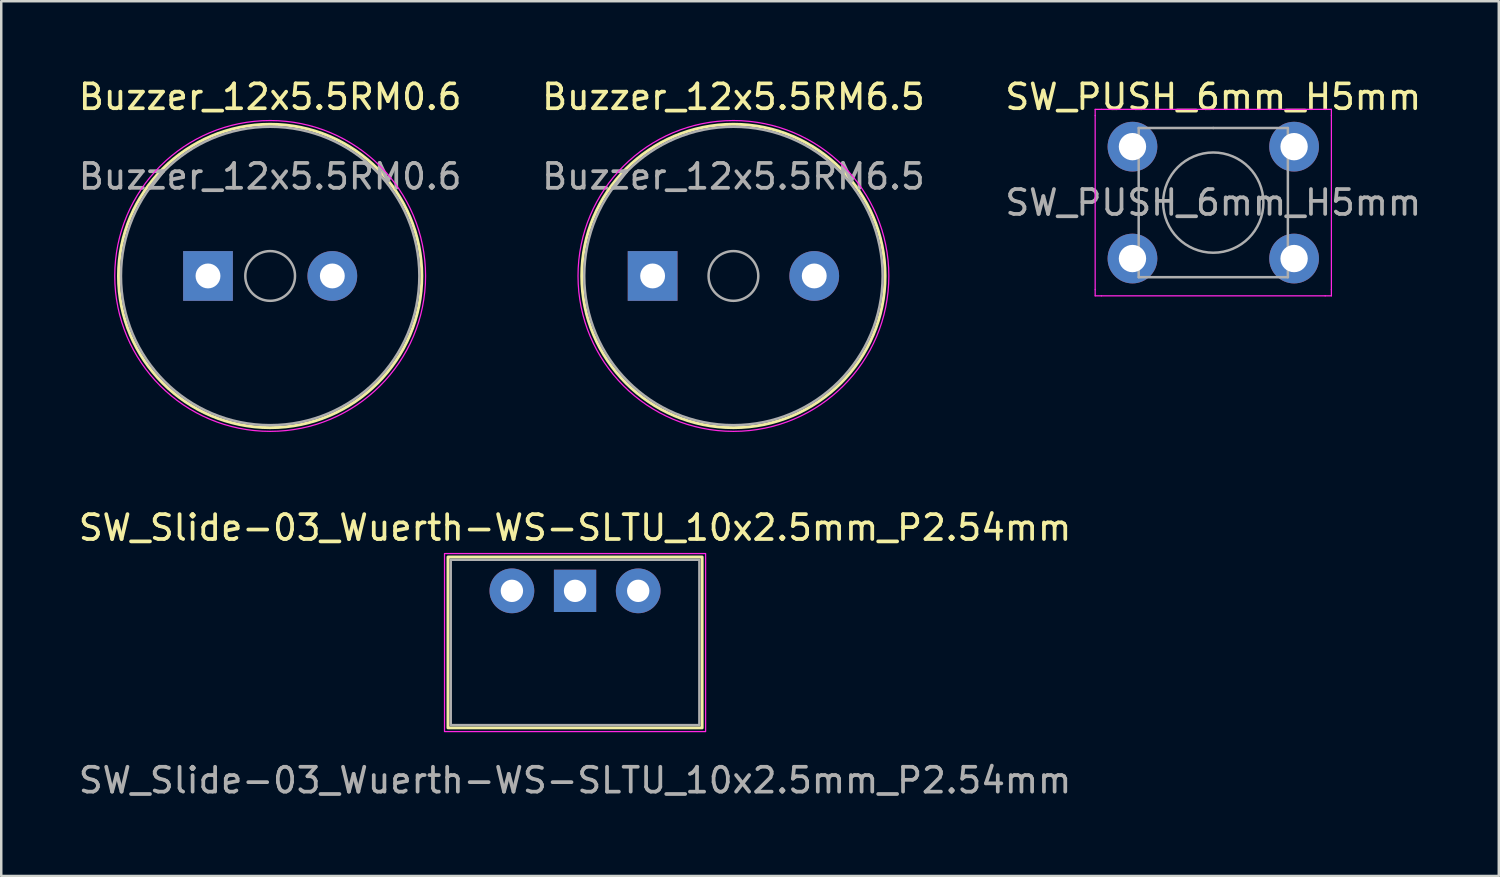
<source format=kicad_pcb>
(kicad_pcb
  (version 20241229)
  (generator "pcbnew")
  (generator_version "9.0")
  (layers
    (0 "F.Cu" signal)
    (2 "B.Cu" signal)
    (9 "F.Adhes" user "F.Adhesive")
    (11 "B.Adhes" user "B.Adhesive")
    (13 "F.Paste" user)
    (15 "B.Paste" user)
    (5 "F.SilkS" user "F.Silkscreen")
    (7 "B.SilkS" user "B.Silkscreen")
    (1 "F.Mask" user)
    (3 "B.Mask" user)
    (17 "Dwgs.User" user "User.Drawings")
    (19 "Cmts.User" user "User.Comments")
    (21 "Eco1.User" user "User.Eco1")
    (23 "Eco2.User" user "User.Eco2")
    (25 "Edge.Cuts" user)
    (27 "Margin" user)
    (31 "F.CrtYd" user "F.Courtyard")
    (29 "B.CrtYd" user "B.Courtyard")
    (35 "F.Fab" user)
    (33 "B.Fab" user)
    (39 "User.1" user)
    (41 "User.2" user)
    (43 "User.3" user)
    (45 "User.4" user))
  (footprint "SW_Slide-03_Wuerth-WS-SLTU_10x2.5mm_P2.54mm"
    (layer "F.Cu")
    (at 20.077 20.712)
    (property "Reference" "SW_Slide-03_Wuerth-WS-SLTU_10x2.5mm_P2.54mm" (at 0 -2.54 0) (layer "F.SilkS") (effects (font (size 1 1) (thickness 0.15))))
    (attr through_hole)
    (fp_rect (start -5.11 -1.36) (end 5.11 5.51) (stroke (width 0.12) (type solid)) (fill no) (layer "F.SilkS"))
    (fp_rect (start -5.25 -1.5) (end 5.25 5.66) (stroke (width 0.05) (type solid)) (fill no) (layer "F.CrtYd"))
    (fp_rect (start -5 -1.25) (end 5 5.4) (stroke (width 0.1) (type solid)) (fill no) (layer "F.Fab"))
    (fp_text user "${REFERENCE}" (at 0 7.62 0) (layer "F.Fab") (effects (font (size 1 1) (thickness 0.15))))
    (pad "1" thru_hole rect (at 0 0) (size 1.7 1.7) (drill 0.9) (layers "*.Cu" "*.Mask"))
    (pad "2" thru_hole circle (at -2.54 0) (size 1.8 1.8) (drill 0.9) (layers "*.Cu" "*.Mask"))
    (pad "3" thru_hole circle (at 2.54 0) (size 1.8 1.8) (drill 0.9) (layers "*.Cu" "*.Mask")))
  (footprint "Buzzer_12x5.5RM0.6"
    (layer "F.Cu")
    (at 5.315 8.048)
    (property "Reference" "Buzzer_12x5.5RM0.6" (at 2.5 -7.2 0) (layer "F.SilkS") (effects (font (size 1 1) (thickness 0.15))))
    (attr through_hole)
    (fp_circle (center 2.5 0) (end 8.6 0) (stroke (width 0.12) (type solid)) (fill no) (layer "F.SilkS"))
    (fp_circle (center 2.5 0) (end 8.75 0) (stroke (width 0.05) (type solid)) (fill no) (layer "F.CrtYd"))
    (fp_circle (center 2.5 0) (end 3.5 0) (stroke (width 0.1) (type solid)) (fill no) (layer "F.Fab"))
    (fp_circle (center 2.5 0) (end 8.5 0) (stroke (width 0.1) (type solid)) (fill no) (layer "F.Fab"))
    (fp_text user "${REFERENCE}" (at 2.5 -4 0) (layer "F.Fab") (effects (font (size 1 1) (thickness 0.15))))
    (pad "1" thru_hole rect (at 0 0) (size 2 2) (drill 1) (layers "*.Cu" "*.Mask"))
    (pad "2" thru_hole circle (at 5 0) (size 2 2) (drill 1) (layers "*.Cu" "*.Mask")))
  (footprint "SW_PUSH_6mm_H5mm"
    (layer "F.Cu")
    (at 42.494 2.848)
    (property "Reference" "SW_PUSH_6mm_H5mm" (at 3.25 -2 0) (layer "F.SilkS") (effects (font (size 1 1) (thickness 0.15))))
    (attr through_hole)
    (fp_line (start -1.5 -1.5) (end -1.25 -1.5) (stroke (width 0.05) (type solid)) (layer "F.CrtYd"))
    (fp_line (start -1.5 -1.25) (end -1.5 -1.5) (stroke (width 0.05) (type solid)) (layer "F.CrtYd"))
    (fp_line (start -1.5 5.75) (end -1.5 -1.25) (stroke (width 0.05) (type solid)) (layer "F.CrtYd"))
    (fp_line (start -1.5 5.75) (end -1.5 6) (stroke (width 0.05) (type solid)) (layer "F.CrtYd"))
    (fp_line (start -1.5 6) (end -1.25 6) (stroke (width 0.05) (type solid)) (layer "F.CrtYd"))
    (fp_line (start -1.25 -1.5) (end 7.75 -1.5) (stroke (width 0.05) (type solid)) (layer "F.CrtYd"))
    (fp_line (start 7.75 -1.5) (end 8 -1.5) (stroke (width 0.05) (type solid)) (layer "F.CrtYd"))
    (fp_line (start 7.75 6) (end -1.25 6) (stroke (width 0.05) (type solid)) (layer "F.CrtYd"))
    (fp_line (start 7.75 6) (end 8 6) (stroke (width 0.05) (type solid)) (layer "F.CrtYd"))
    (fp_line (start 8 -1.5) (end 8 -1.25) (stroke (width 0.05) (type solid)) (layer "F.CrtYd"))
    (fp_line (start 8 -1.25) (end 8 5.75) (stroke (width 0.05) (type solid)) (layer "F.CrtYd"))
    (fp_line (start 8 6) (end 8 5.75) (stroke (width 0.05) (type solid)) (layer "F.CrtYd"))
    (fp_line (start 0.25 -0.75) (end 3.25 -0.75) (stroke (width 0.1) (type solid)) (layer "F.Fab"))
    (fp_line (start 0.25 5.25) (end 0.25 -0.75) (stroke (width 0.1) (type solid)) (layer "F.Fab"))
    (fp_line (start 3.25 -0.75) (end 6.25 -0.75) (stroke (width 0.1) (type solid)) (layer "F.Fab"))
    (fp_line (start 6.25 -0.75) (end 6.25 5.25) (stroke (width 0.1) (type solid)) (layer "F.Fab"))
    (fp_line (start 6.25 5.25) (end 0.25 5.25) (stroke (width 0.1) (type solid)) (layer "F.Fab"))
    (fp_circle (center 3.25 2.25) (end 1.25 2.5) (stroke (width 0.1) (type solid)) (fill no) (layer "F.Fab"))
    (fp_text user "${REFERENCE}" (at 3.25 2.25 0) (layer "F.Fab") (effects (font (size 1 1) (thickness 0.15))))
    (pad "1" thru_hole circle (at 0 0 90) (size 2 2) (drill 1.1) (layers "*.Cu" "*.Mask"))
    (pad "1" thru_hole circle (at 6.5 0 90) (size 2 2) (drill 1.1) (layers "*.Cu" "*.Mask"))
    (pad "2" thru_hole circle (at 0 4.5 90) (size 2 2) (drill 1.1) (layers "*.Cu" "*.Mask"))
    (pad "2" thru_hole circle (at 6.5 4.5 90) (size 2 2) (drill 1.1) (layers "*.Cu" "*.Mask")))
  (footprint "Buzzer_12x5.5RM6.5"
    (layer "F.Cu")
    (at 23.946 8.048)
    (property "Reference" "Buzzer_12x5.5RM6.5" (at 2.5 -7.2 0) (layer "F.SilkS") (effects (font (size 1 1) (thickness 0.15))))
    (attr through_hole)
    (fp_circle (center 2.5 0) (end 8.6 0) (stroke (width 0.12) (type solid)) (fill no) (layer "F.SilkS"))
    (fp_circle (center 2.5 0) (end 8.75 0) (stroke (width 0.05) (type solid)) (fill no) (layer "F.CrtYd"))
    (fp_circle (center 2.5 0) (end 3.5 0) (stroke (width 0.1) (type solid)) (fill no) (layer "F.Fab"))
    (fp_circle (center 2.5 0) (end 8.5 0) (stroke (width 0.1) (type solid)) (fill no) (layer "F.Fab"))
    (fp_text user "${REFERENCE}" (at 2.5 -4 0) (layer "F.Fab") (effects (font (size 1 1) (thickness 0.15))))
    (pad "1" thru_hole rect (at -0.75 0) (size 2 2) (drill 1) (layers "*.Cu" "*.Mask"))
    (pad "2" thru_hole circle (at 5.75 0) (size 2 2) (drill 1) (layers "*.Cu" "*.Mask")))
  (gr_rect
    (start -3 -3)
    (end 57.226 32.18)
    (stroke (width 0.1) (type default))
    (fill no)
    (layer "Edge.Cuts")))
</source>
